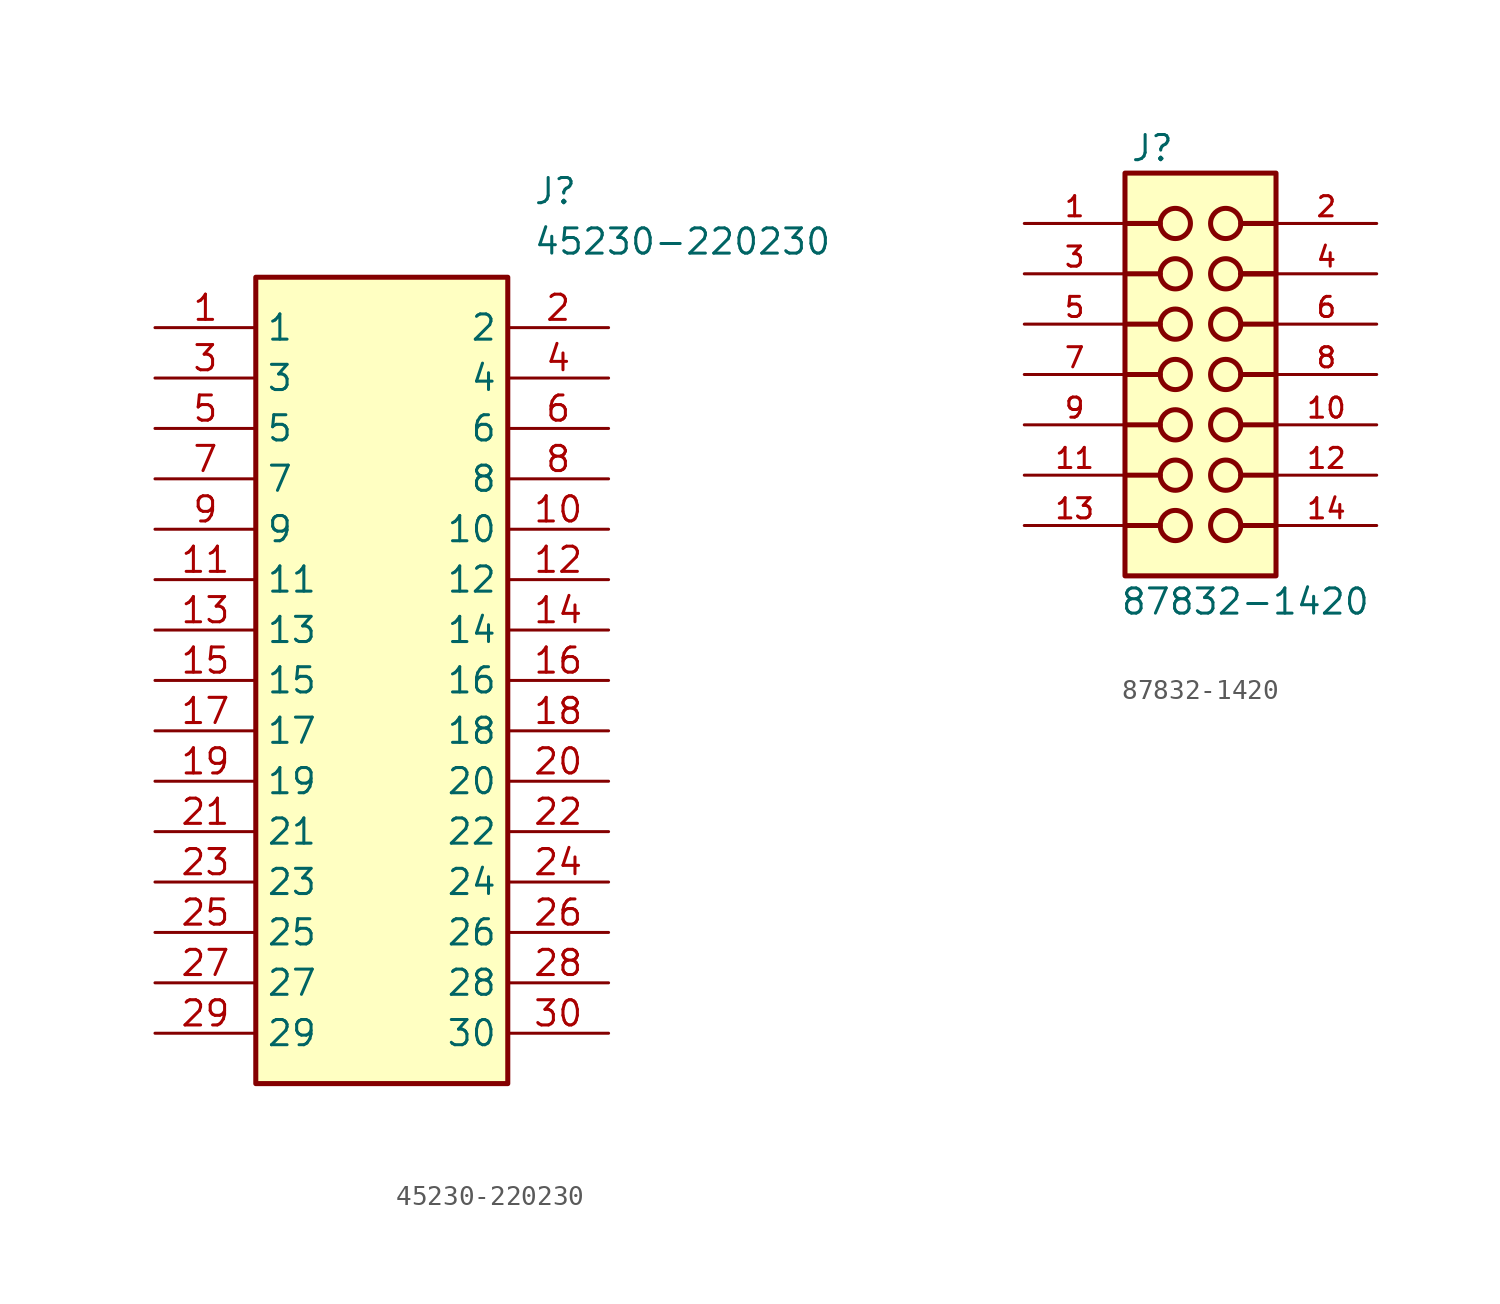
<source format=kicad_sym>
(kicad_symbol_lib
  (version 20231120)
  (generator "kicad_symbol_editor")
  (generator_version "8.0")
  (symbol "45230-220230"
    (property "Reference" "J"
      (at 19.05 7.62 0)
      (effects (font (size 1.27 1.27)) (justify left top)))
    (property "Value" "45230-220230"
      (at 19.05 5.08 0)
      (effects (font (size 1.27 1.27)) (justify left top)))
    (symbol "45230-220230_1_1"
      (rectangle (start 5.08 2.54) (end 17.78 -38.1) (stroke (width 0.254) (type default)) (fill (type background)))
      (pin passive line (at 0 0 0) (length 5.08) (name "1" (effects (font (size 1.27 1.27)))) (number "1" (effects (font (size 1.27 1.27)))))
      (pin passive line (at 22.86 -10.16 180) (length 5.08) (name "10" (effects (font (size 1.27 1.27)))) (number "10" (effects (font (size 1.27 1.27)))))
      (pin passive line (at 0 -12.7 0) (length 5.08) (name "11" (effects (font (size 1.27 1.27)))) (number "11" (effects (font (size 1.27 1.27)))))
      (pin passive line (at 22.86 -12.7 180) (length 5.08) (name "12" (effects (font (size 1.27 1.27)))) (number "12" (effects (font (size 1.27 1.27)))))
      (pin passive line (at 0 -15.24 0) (length 5.08) (name "13" (effects (font (size 1.27 1.27)))) (number "13" (effects (font (size 1.27 1.27)))))
      (pin passive line (at 22.86 -15.24 180) (length 5.08) (name "14" (effects (font (size 1.27 1.27)))) (number "14" (effects (font (size 1.27 1.27)))))
      (pin passive line (at 0 -17.78 0) (length 5.08) (name "15" (effects (font (size 1.27 1.27)))) (number "15" (effects (font (size 1.27 1.27)))))
      (pin passive line (at 22.86 -17.78 180) (length 5.08) (name "16" (effects (font (size 1.27 1.27)))) (number "16" (effects (font (size 1.27 1.27)))))
      (pin passive line (at 0 -20.32 0) (length 5.08) (name "17" (effects (font (size 1.27 1.27)))) (number "17" (effects (font (size 1.27 1.27)))))
      (pin passive line (at 22.86 -20.32 180) (length 5.08) (name "18" (effects (font (size 1.27 1.27)))) (number "18" (effects (font (size 1.27 1.27)))))
      (pin passive line (at 0 -22.86 0) (length 5.08) (name "19" (effects (font (size 1.27 1.27)))) (number "19" (effects (font (size 1.27 1.27)))))
      (pin passive line (at 22.86 0 180) (length 5.08) (name "2" (effects (font (size 1.27 1.27)))) (number "2" (effects (font (size 1.27 1.27)))))
      (pin passive line (at 22.86 -22.86 180) (length 5.08) (name "20" (effects (font (size 1.27 1.27)))) (number "20" (effects (font (size 1.27 1.27)))))
      (pin passive line (at 0 -25.4 0) (length 5.08) (name "21" (effects (font (size 1.27 1.27)))) (number "21" (effects (font (size 1.27 1.27)))))
      (pin passive line (at 22.86 -25.4 180) (length 5.08) (name "22" (effects (font (size 1.27 1.27)))) (number "22" (effects (font (size 1.27 1.27)))))
      (pin passive line (at 0 -27.94 0) (length 5.08) (name "23" (effects (font (size 1.27 1.27)))) (number "23" (effects (font (size 1.27 1.27)))))
      (pin passive line (at 22.86 -27.94 180) (length 5.08) (name "24" (effects (font (size 1.27 1.27)))) (number "24" (effects (font (size 1.27 1.27)))))
      (pin passive line (at 0 -30.48 0) (length 5.08) (name "25" (effects (font (size 1.27 1.27)))) (number "25" (effects (font (size 1.27 1.27)))))
      (pin passive line (at 22.86 -30.48 180) (length 5.08) (name "26" (effects (font (size 1.27 1.27)))) (number "26" (effects (font (size 1.27 1.27)))))
      (pin passive line (at 0 -33.02 0) (length 5.08) (name "27" (effects (font (size 1.27 1.27)))) (number "27" (effects (font (size 1.27 1.27)))))
      (pin passive line (at 22.86 -33.02 180) (length 5.08) (name "28" (effects (font (size 1.27 1.27)))) (number "28" (effects (font (size 1.27 1.27)))))
      (pin passive line (at 0 -35.56 0) (length 5.08) (name "29" (effects (font (size 1.27 1.27)))) (number "29" (effects (font (size 1.27 1.27)))))
      (pin passive line (at 0 -2.54 0) (length 5.08) (name "3" (effects (font (size 1.27 1.27)))) (number "3" (effects (font (size 1.27 1.27)))))
      (pin passive line (at 22.86 -35.56 180) (length 5.08) (name "30" (effects (font (size 1.27 1.27)))) (number "30" (effects (font (size 1.27 1.27)))))
      (pin passive line (at 22.86 -2.54 180) (length 5.08) (name "4" (effects (font (size 1.27 1.27)))) (number "4" (effects (font (size 1.27 1.27)))))
      (pin passive line (at 0 -5.08 0) (length 5.08) (name "5" (effects (font (size 1.27 1.27)))) (number "5" (effects (font (size 1.27 1.27)))))
      (pin passive line (at 22.86 -5.08 180) (length 5.08) (name "6" (effects (font (size 1.27 1.27)))) (number "6" (effects (font (size 1.27 1.27)))))
      (pin passive line (at 0 -7.62 0) (length 5.08) (name "7" (effects (font (size 1.27 1.27)))) (number "7" (effects (font (size 1.27 1.27)))))
      (pin passive line (at 22.86 -7.62 180) (length 5.08) (name "8" (effects (font (size 1.27 1.27)))) (number "8" (effects (font (size 1.27 1.27)))))
      (pin passive line (at 0 -10.16 0) (length 5.08) (name "9" (effects (font (size 1.27 1.27)))) (number "9" (effects (font (size 1.27 1.27)))))))
  (symbol "87832-1420"
    (pin_names
      (offset 1.016))
    (property "Reference" "J"
      (at -4.829 10.675 0)
      (effects (font (size 1.27 1.27)) (justify left bottom)))
    (property "Value" "87832-1420"
      (at -5.339 -12.203 0)
      (effects (font (size 1.27 1.27)) (justify left bottom)))
    (symbol "87832-1420_0_0"
      (rectangle (start -5.08 -10.16) (end 2.54 10.16) (stroke (width 0.254) (type default)) (fill (type background)))
      (circle (center -2.54 -7.62) (radius 0.762) (stroke (width 0.254) (type default)) (fill (type none)))
      (circle (center -2.54 -5.08) (radius 0.762) (stroke (width 0.254) (type default)) (fill (type none)))
      (circle (center -2.54 -2.54) (radius 0.762) (stroke (width 0.254) (type default)) (fill (type none)))
      (circle (center -2.54 0) (radius 0.762) (stroke (width 0.254) (type default)) (fill (type none)))
      (circle (center -2.54 2.54) (radius 0.762) (stroke (width 0.254) (type default)) (fill (type none)))
      (circle (center -2.54 5.08) (radius 0.762) (stroke (width 0.254) (type default)) (fill (type none)))
      (circle (center -2.54 7.62) (radius 0.762) (stroke (width 0.254) (type default)) (fill (type none)))
      (circle (center 0 -7.62) (radius 0.762) (stroke (width 0.254) (type default)) (fill (type none)))
      (circle (center 0 -5.08) (radius 0.762) (stroke (width 0.254) (type default)) (fill (type none)))
      (circle (center 0 -2.54) (radius 0.762) (stroke (width 0.254) (type default)) (fill (type none)))
      (polyline (pts (xy -3.302 -7.62) (xy -5.08 -7.62)) (stroke (width 0.254) (type default)) (fill (type none)))
      (polyline (pts (xy -3.302 -5.08) (xy -5.08 -5.08)) (stroke (width 0.254) (type default)) (fill (type none)))
      (polyline (pts (xy -3.302 -2.54) (xy -5.08 -2.54)) (stroke (width 0.254) (type default)) (fill (type none)))
      (polyline (pts (xy -3.302 0) (xy -5.08 0)) (stroke (width 0.254) (type default)) (fill (type none)))
      (polyline (pts (xy -3.302 2.54) (xy -5.08 2.54)) (stroke (width 0.254) (type default)) (fill (type none)))
      (polyline (pts (xy -3.302 5.08) (xy -5.08 5.08)) (stroke (width 0.254) (type default)) (fill (type none)))
      (polyline (pts (xy -3.302 7.62) (xy -5.08 7.62)) (stroke (width 0.254) (type default)) (fill (type none)))
      (polyline (pts (xy 0.762 -7.62) (xy 2.54 -7.62)) (stroke (width 0.254) (type default)) (fill (type none)))
      (polyline (pts (xy 0.762 -5.08) (xy 2.54 -5.08)) (stroke (width 0.254) (type default)) (fill (type none)))
      (polyline (pts (xy 0.762 -2.54) (xy 2.54 -2.54)) (stroke (width 0.254) (type default)) (fill (type none)))
      (polyline (pts (xy 0.762 0) (xy 2.54 0)) (stroke (width 0.254) (type default)) (fill (type none)))
      (polyline (pts (xy 0.762 2.54) (xy 2.54 2.54)) (stroke (width 0.254) (type default)) (fill (type none)))
      (polyline (pts (xy 0.762 5.08) (xy 2.54 5.08)) (stroke (width 0.254) (type default)) (fill (type none)))
      (polyline (pts (xy 0.762 5.08) (xy 2.54 5.08)) (stroke (width 0.254) (type default)) (fill (type none)))
      (polyline (pts (xy 0.762 7.62) (xy 2.54 7.62)) (stroke (width 0.254) (type default)) (fill (type none)))
      (circle (center 0 0) (radius 0.762) (stroke (width 0.254) (type default)) (fill (type none)))
      (circle (center 0 2.54) (radius 0.762) (stroke (width 0.254) (type default)) (fill (type none)))
      (circle (center 0 5.08) (radius 0.762) (stroke (width 0.254) (type default)) (fill (type none)))
      (circle (center 0 7.62) (radius 0.762) (stroke (width 0.254) (type default)) (fill (type none)))
      (pin passive line (at -10.16 7.62 0) (length 5.08) (name "~" (effects (font (size 1.016 1.016)))) (number "1" (effects (font (size 1.016 1.016)))))
      (pin passive line (at 7.62 -2.54 180) (length 5.08) (name "~" (effects (font (size 1.016 1.016)))) (number "10" (effects (font (size 1.016 1.016)))))
      (pin passive line (at -10.16 -5.08 0) (length 5.08) (name "~" (effects (font (size 1.016 1.016)))) (number "11" (effects (font (size 1.016 1.016)))))
      (pin passive line (at 7.62 -5.08 180) (length 5.08) (name "~" (effects (font (size 1.016 1.016)))) (number "12" (effects (font (size 1.016 1.016)))))
      (pin passive line (at -10.16 -7.62 0) (length 5.08) (name "~" (effects (font (size 1.016 1.016)))) (number "13" (effects (font (size 1.016 1.016)))))
      (pin passive line (at 7.62 -7.62 180) (length 5.08) (name "~" (effects (font (size 1.016 1.016)))) (number "14" (effects (font (size 1.016 1.016)))))
      (pin passive line (at 7.62 7.62 180) (length 5.08) (name "~" (effects (font (size 1.016 1.016)))) (number "2" (effects (font (size 1.016 1.016)))))
      (pin passive line (at -10.16 5.08 0) (length 5.08) (name "~" (effects (font (size 1.016 1.016)))) (number "3" (effects (font (size 1.016 1.016)))))
      (pin passive line (at 7.62 5.08 180) (length 5.08) (name "~" (effects (font (size 1.016 1.016)))) (number "4" (effects (font (size 1.016 1.016)))))
      (pin passive line (at -10.16 2.54 0) (length 5.08) (name "~" (effects (font (size 1.016 1.016)))) (number "5" (effects (font (size 1.016 1.016)))))
      (pin passive line (at 7.62 2.54 180) (length 5.08) (name "~" (effects (font (size 1.016 1.016)))) (number "6" (effects (font (size 1.016 1.016)))))
      (pin passive line (at -10.16 0 0) (length 5.08) (name "~" (effects (font (size 1.016 1.016)))) (number "7" (effects (font (size 1.016 1.016)))))
      (pin passive line (at 7.62 0 180) (length 5.08) (name "~" (effects (font (size 1.016 1.016)))) (number "8" (effects (font (size 1.016 1.016)))))
      (pin passive line (at -10.16 -2.54 0) (length 5.08) (name "~" (effects (font (size 1.016 1.016)))) (number "9" (effects (font (size 1.016 1.016))))))))
</source>
